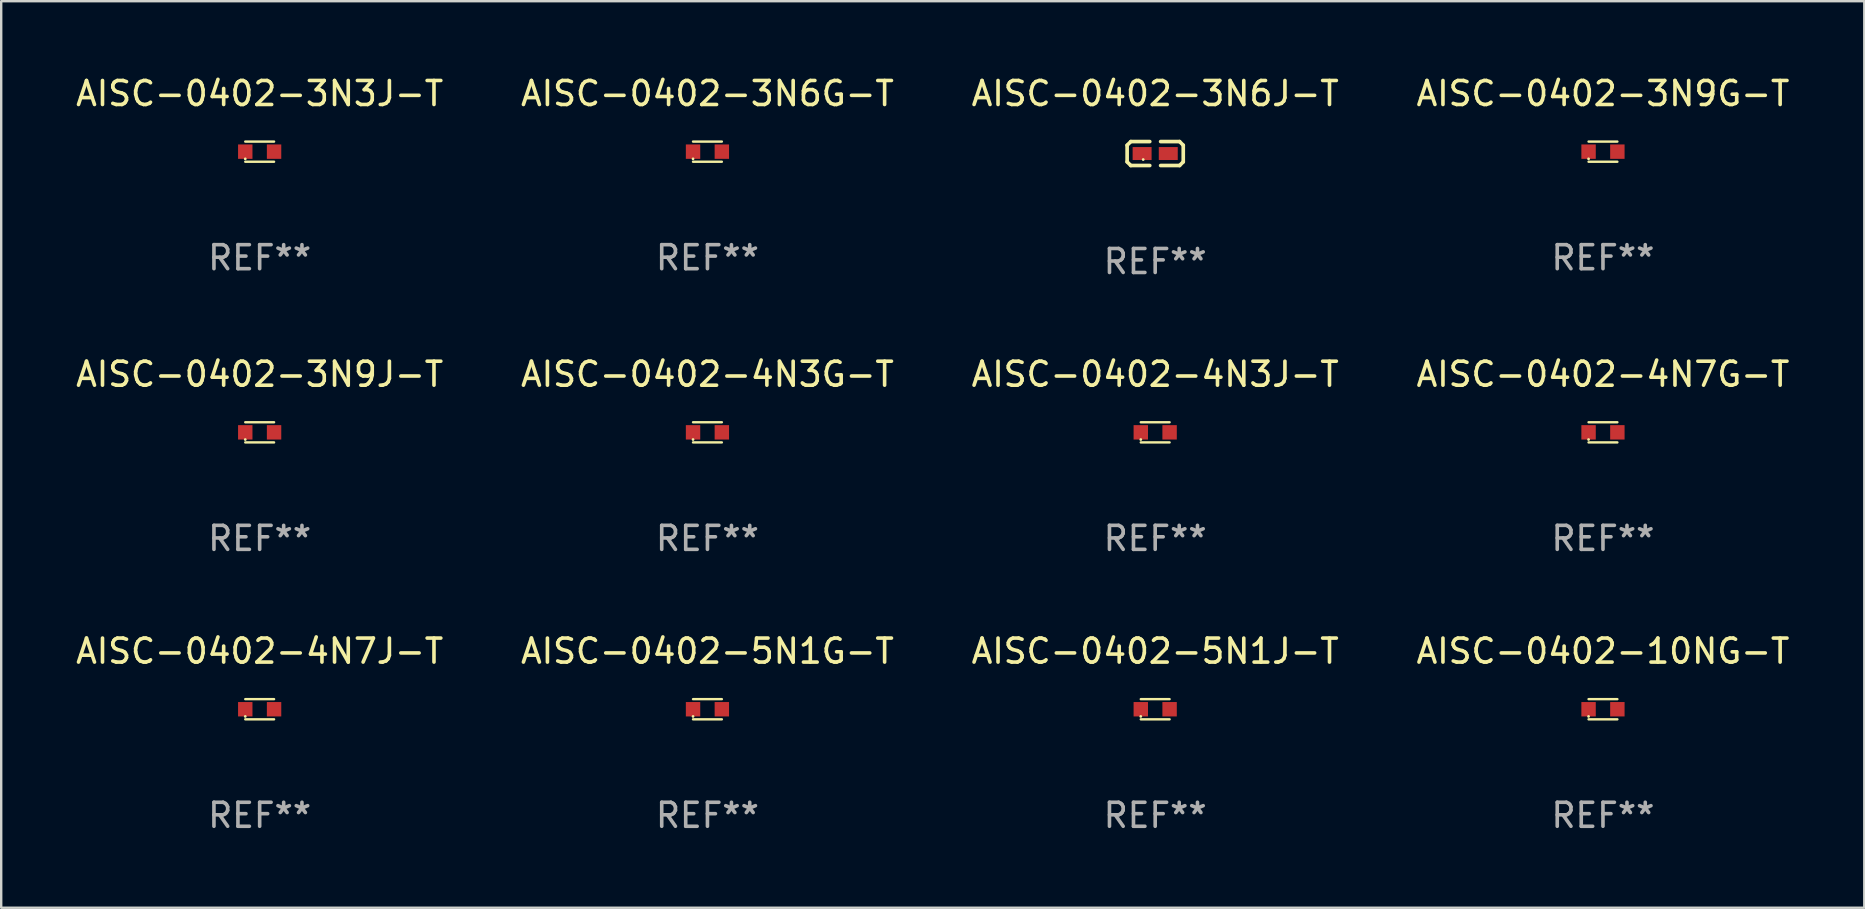
<source format=kicad_pcb>
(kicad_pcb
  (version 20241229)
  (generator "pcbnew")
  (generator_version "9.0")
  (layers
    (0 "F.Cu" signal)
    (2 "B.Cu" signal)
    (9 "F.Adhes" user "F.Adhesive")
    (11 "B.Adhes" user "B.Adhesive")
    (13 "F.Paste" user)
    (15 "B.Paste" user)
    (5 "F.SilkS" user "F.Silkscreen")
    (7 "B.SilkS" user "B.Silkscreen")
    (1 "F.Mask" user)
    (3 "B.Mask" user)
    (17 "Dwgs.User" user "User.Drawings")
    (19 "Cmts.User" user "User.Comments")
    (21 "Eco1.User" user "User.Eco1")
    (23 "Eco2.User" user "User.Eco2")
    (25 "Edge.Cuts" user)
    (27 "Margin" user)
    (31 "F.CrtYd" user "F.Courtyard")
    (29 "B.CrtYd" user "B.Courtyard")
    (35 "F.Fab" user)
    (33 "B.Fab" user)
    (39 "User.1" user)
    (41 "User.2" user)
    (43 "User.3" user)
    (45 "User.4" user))
  (footprint "AISC-0402-4N7J-T"
    (layer "F.Cu")
    (at 7.768 26.498)
    (property "Reference" "AISC-0402-4N7J-T" (at 0 -2.42 0) (layer "F.SilkS") (effects (font (size 1 1) (thickness 0.15))))
    (attr through_hole)
    (fp_line (start -0.6 -0.42) (end 0.6 -0.42) (stroke (width 0.1) (type solid)) (layer "F.SilkS"))
    (fp_line (start -0.6 0.42) (end 0.6 0.42) (stroke (width 0.1) (type solid)) (layer "F.SilkS"))
    (fp_circle (center -0.6 0.3) (end -0.57 0.3) (stroke (width 0.06) (type solid)) (fill no) (layer "F.SilkS"))
    (fp_text user "REF**" (at 0 4.42 0) (layer "F.Fab") (effects (font (size 1 1) (thickness 0.15))))
    (pad "1" smd rect (at -0.6 0) (size 0.6 0.6) (layers "F.Cu" "F.Mask" "F.Paste"))
    (pad "2" smd rect (at 0.6 0) (size 0.6 0.6) (layers "F.Cu" "F.Mask" "F.Paste")))
  (footprint "AISC-0402-3N9J-T"
    (layer "F.Cu")
    (at 7.768 14.962)
    (property "Reference" "AISC-0402-3N9J-T" (at 0 -2.42 0) (layer "F.SilkS") (effects (font (size 1 1) (thickness 0.15))))
    (attr through_hole)
    (fp_line (start -0.6 -0.42) (end 0.6 -0.42) (stroke (width 0.1) (type solid)) (layer "F.SilkS"))
    (fp_line (start -0.6 0.42) (end 0.6 0.42) (stroke (width 0.1) (type solid)) (layer "F.SilkS"))
    (fp_circle (center -0.6 0.3) (end -0.57 0.3) (stroke (width 0.06) (type solid)) (fill no) (layer "F.SilkS"))
    (fp_text user "REF**" (at 0 4.42 0) (layer "F.Fab") (effects (font (size 1 1) (thickness 0.15))))
    (pad "1" smd rect (at -0.6 0) (size 0.6 0.6) (layers "F.Cu" "F.Mask" "F.Paste"))
    (pad "2" smd rect (at 0.6 0) (size 0.6 0.6) (layers "F.Cu" "F.Mask" "F.Paste")))
  (footprint "AISC-0402-3N6J-T"
    (layer "F.Cu")
    (at 45.077 3.347)
    (property "Reference" "AISC-0402-3N6J-T" (at 0 -2.499 0) (layer "F.SilkS") (effects (font (size 1 1) (thickness 0.15))))
    (attr through_hole)
    (fp_line (start -1.169 -0.346) (end -1.016 -0.499) (stroke (width 0.152) (type solid)) (layer "F.SilkS"))
    (fp_line (start -1.169 0.346) (end -1.169 -0.346) (stroke (width 0.152) (type solid)) (layer "F.SilkS"))
    (fp_line (start -1.016 -0.499) (end -0.226 -0.499) (stroke (width 0.152) (type solid)) (layer "F.SilkS"))
    (fp_line (start -1.016 0.499) (end -1.169 0.346) (stroke (width 0.152) (type solid)) (layer "F.SilkS"))
    (fp_line (start -0.226 0.499) (end -1.016 0.499) (stroke (width 0.152) (type solid)) (layer "F.SilkS"))
    (fp_line (start 0.226 0.499) (end 1.016 0.499) (stroke (width 0.152) (type solid)) (layer "F.SilkS"))
    (fp_line (start 1.016 -0.499) (end 0.226 -0.499) (stroke (width 0.152) (type solid)) (layer "F.SilkS"))
    (fp_line (start 1.016 0.499) (end 1.169 0.346) (stroke (width 0.152) (type solid)) (layer "F.SilkS"))
    (fp_line (start 1.169 -0.346) (end 1.016 -0.499) (stroke (width 0.152) (type solid)) (layer "F.SilkS"))
    (fp_line (start 1.169 0.346) (end 1.169 -0.346) (stroke (width 0.152) (type solid)) (layer "F.SilkS"))
    (fp_circle (center -0.5 0.25) (end -0.47 0.25) (stroke (width 0.06) (type solid)) (fill no) (layer "F.SilkS"))
    (fp_text user "REF**" (at 0 4.499 0) (layer "F.Fab") (effects (font (size 1 1) (thickness 0.15))))
    (pad "1" smd rect (at -0.545 0) (size 0.79 0.54) (layers "F.Cu" "F.Mask" "F.Paste"))
    (pad "2" smd rect (at 0.545 0) (size 0.79 0.54) (layers "F.Cu" "F.Mask" "F.Paste")))
  (footprint "AISC-0402-3N9G-T"
    (layer "F.Cu")
    (at 63.732 3.268)
    (property "Reference" "AISC-0402-3N9G-T" (at 0 -2.42 0) (layer "F.SilkS") (effects (font (size 1 1) (thickness 0.15))))
    (attr through_hole)
    (fp_line (start -0.6 -0.42) (end 0.6 -0.42) (stroke (width 0.1) (type solid)) (layer "F.SilkS"))
    (fp_line (start -0.6 0.42) (end 0.6 0.42) (stroke (width 0.1) (type solid)) (layer "F.SilkS"))
    (fp_circle (center -0.6 0.3) (end -0.57 0.3) (stroke (width 0.06) (type solid)) (fill no) (layer "F.SilkS"))
    (fp_text user "REF**" (at 0 4.42 0) (layer "F.Fab") (effects (font (size 1 1) (thickness 0.15))))
    (pad "1" smd rect (at -0.6 0) (size 0.6 0.6) (layers "F.Cu" "F.Mask" "F.Paste"))
    (pad "2" smd rect (at 0.6 0) (size 0.6 0.6) (layers "F.Cu" "F.Mask" "F.Paste")))
  (footprint "AISC-0402-3N6G-T"
    (layer "F.Cu")
    (at 26.423 3.268)
    (property "Reference" "AISC-0402-3N6G-T" (at 0 -2.42 0) (layer "F.SilkS") (effects (font (size 1 1) (thickness 0.15))))
    (attr through_hole)
    (fp_line (start -0.6 -0.42) (end 0.6 -0.42) (stroke (width 0.1) (type solid)) (layer "F.SilkS"))
    (fp_line (start -0.6 0.42) (end 0.6 0.42) (stroke (width 0.1) (type solid)) (layer "F.SilkS"))
    (fp_circle (center -0.6 0.3) (end -0.57 0.3) (stroke (width 0.06) (type solid)) (fill no) (layer "F.SilkS"))
    (fp_text user "REF**" (at 0 4.42 0) (layer "F.Fab") (effects (font (size 1 1) (thickness 0.15))))
    (pad "1" smd rect (at -0.6 0) (size 0.6 0.6) (layers "F.Cu" "F.Mask" "F.Paste"))
    (pad "2" smd rect (at 0.6 0) (size 0.6 0.6) (layers "F.Cu" "F.Mask" "F.Paste")))
  (footprint "AISC-0402-4N7G-T"
    (layer "F.Cu")
    (at 63.732 14.962)
    (property "Reference" "AISC-0402-4N7G-T" (at 0 -2.42 0) (layer "F.SilkS") (effects (font (size 1 1) (thickness 0.15))))
    (attr through_hole)
    (fp_line (start -0.6 -0.42) (end 0.6 -0.42) (stroke (width 0.1) (type solid)) (layer "F.SilkS"))
    (fp_line (start -0.6 0.42) (end 0.6 0.42) (stroke (width 0.1) (type solid)) (layer "F.SilkS"))
    (fp_circle (center -0.6 0.3) (end -0.57 0.3) (stroke (width 0.06) (type solid)) (fill no) (layer "F.SilkS"))
    (fp_text user "REF**" (at 0 4.42 0) (layer "F.Fab") (effects (font (size 1 1) (thickness 0.15))))
    (pad "1" smd rect (at -0.6 0) (size 0.6 0.6) (layers "F.Cu" "F.Mask" "F.Paste"))
    (pad "2" smd rect (at 0.6 0) (size 0.6 0.6) (layers "F.Cu" "F.Mask" "F.Paste")))
  (footprint "AISC-0402-10NG-T"
    (layer "F.Cu")
    (at 63.732 26.498)
    (property "Reference" "AISC-0402-10NG-T" (at 0 -2.42 0) (layer "F.SilkS") (effects (font (size 1 1) (thickness 0.15))))
    (attr through_hole)
    (fp_line (start -0.6 -0.42) (end 0.6 -0.42) (stroke (width 0.1) (type solid)) (layer "F.SilkS"))
    (fp_line (start -0.6 0.42) (end 0.6 0.42) (stroke (width 0.1) (type solid)) (layer "F.SilkS"))
    (fp_circle (center -0.6 0.3) (end -0.57 0.3) (stroke (width 0.06) (type solid)) (fill no) (layer "F.SilkS"))
    (fp_text user "REF**" (at 0 4.42 0) (layer "F.Fab") (effects (font (size 1 1) (thickness 0.15))))
    (pad "1" smd rect (at -0.6 0) (size 0.6 0.6) (layers "F.Cu" "F.Mask" "F.Paste"))
    (pad "2" smd rect (at 0.6 0) (size 0.6 0.6) (layers "F.Cu" "F.Mask" "F.Paste")))
  (footprint "AISC-0402-3N3J-T"
    (layer "F.Cu")
    (at 7.768 3.268)
    (property "Reference" "AISC-0402-3N3J-T" (at 0 -2.42 0) (layer "F.SilkS") (effects (font (size 1 1) (thickness 0.15))))
    (attr through_hole)
    (fp_line (start -0.6 -0.42) (end 0.6 -0.42) (stroke (width 0.1) (type solid)) (layer "F.SilkS"))
    (fp_line (start -0.6 0.42) (end 0.6 0.42) (stroke (width 0.1) (type solid)) (layer "F.SilkS"))
    (fp_circle (center -0.6 0.3) (end -0.57 0.3) (stroke (width 0.06) (type solid)) (fill no) (layer "F.SilkS"))
    (fp_text user "REF**" (at 0 4.42 0) (layer "F.Fab") (effects (font (size 1 1) (thickness 0.15))))
    (pad "1" smd rect (at -0.6 0) (size 0.6 0.6) (layers "F.Cu" "F.Mask" "F.Paste"))
    (pad "2" smd rect (at 0.6 0) (size 0.6 0.6) (layers "F.Cu" "F.Mask" "F.Paste")))
  (footprint "AISC-0402-4N3G-T"
    (layer "F.Cu")
    (at 26.423 14.962)
    (property "Reference" "AISC-0402-4N3G-T" (at 0 -2.42 0) (layer "F.SilkS") (effects (font (size 1 1) (thickness 0.15))))
    (attr through_hole)
    (fp_line (start -0.6 -0.42) (end 0.6 -0.42) (stroke (width 0.1) (type solid)) (layer "F.SilkS"))
    (fp_line (start -0.6 0.42) (end 0.6 0.42) (stroke (width 0.1) (type solid)) (layer "F.SilkS"))
    (fp_circle (center -0.6 0.3) (end -0.57 0.3) (stroke (width 0.06) (type solid)) (fill no) (layer "F.SilkS"))
    (fp_text user "REF**" (at 0 4.42 0) (layer "F.Fab") (effects (font (size 1 1) (thickness 0.15))))
    (pad "1" smd rect (at -0.6 0) (size 0.6 0.6) (layers "F.Cu" "F.Mask" "F.Paste"))
    (pad "2" smd rect (at 0.6 0) (size 0.6 0.6) (layers "F.Cu" "F.Mask" "F.Paste")))
  (footprint "AISC-0402-4N3J-T"
    (layer "F.Cu")
    (at 45.077 14.962)
    (property "Reference" "AISC-0402-4N3J-T" (at 0 -2.42 0) (layer "F.SilkS") (effects (font (size 1 1) (thickness 0.15))))
    (attr through_hole)
    (fp_line (start -0.6 -0.42) (end 0.6 -0.42) (stroke (width 0.1) (type solid)) (layer "F.SilkS"))
    (fp_line (start -0.6 0.42) (end 0.6 0.42) (stroke (width 0.1) (type solid)) (layer "F.SilkS"))
    (fp_circle (center -0.6 0.3) (end -0.57 0.3) (stroke (width 0.06) (type solid)) (fill no) (layer "F.SilkS"))
    (fp_text user "REF**" (at 0 4.42 0) (layer "F.Fab") (effects (font (size 1 1) (thickness 0.15))))
    (pad "1" smd rect (at -0.6 0) (size 0.6 0.6) (layers "F.Cu" "F.Mask" "F.Paste"))
    (pad "2" smd rect (at 0.6 0) (size 0.6 0.6) (layers "F.Cu" "F.Mask" "F.Paste")))
  (footprint "AISC-0402-5N1G-T"
    (layer "F.Cu")
    (at 26.423 26.498)
    (property "Reference" "AISC-0402-5N1G-T" (at 0 -2.42 0) (layer "F.SilkS") (effects (font (size 1 1) (thickness 0.15))))
    (attr through_hole)
    (fp_line (start -0.6 -0.42) (end 0.6 -0.42) (stroke (width 0.1) (type solid)) (layer "F.SilkS"))
    (fp_line (start -0.6 0.42) (end 0.6 0.42) (stroke (width 0.1) (type solid)) (layer "F.SilkS"))
    (fp_circle (center -0.6 0.3) (end -0.57 0.3) (stroke (width 0.06) (type solid)) (fill no) (layer "F.SilkS"))
    (fp_text user "REF**" (at 0 4.42 0) (layer "F.Fab") (effects (font (size 1 1) (thickness 0.15))))
    (pad "1" smd rect (at -0.6 0) (size 0.6 0.6) (layers "F.Cu" "F.Mask" "F.Paste"))
    (pad "2" smd rect (at 0.6 0) (size 0.6 0.6) (layers "F.Cu" "F.Mask" "F.Paste")))
  (footprint "AISC-0402-5N1J-T"
    (layer "F.Cu")
    (at 45.077 26.498)
    (property "Reference" "AISC-0402-5N1J-T" (at 0 -2.42 0) (layer "F.SilkS") (effects (font (size 1 1) (thickness 0.15))))
    (attr through_hole)
    (fp_line (start -0.6 -0.42) (end 0.6 -0.42) (stroke (width 0.1) (type solid)) (layer "F.SilkS"))
    (fp_line (start -0.6 0.42) (end 0.6 0.42) (stroke (width 0.1) (type solid)) (layer "F.SilkS"))
    (fp_circle (center -0.6 0.3) (end -0.57 0.3) (stroke (width 0.06) (type solid)) (fill no) (layer "F.SilkS"))
    (fp_text user "REF**" (at 0 4.42 0) (layer "F.Fab") (effects (font (size 1 1) (thickness 0.15))))
    (pad "1" smd rect (at -0.6 0) (size 0.6 0.6) (layers "F.Cu" "F.Mask" "F.Paste"))
    (pad "2" smd rect (at 0.6 0) (size 0.6 0.6) (layers "F.Cu" "F.Mask" "F.Paste")))
  (gr_rect
    (start -3 -3)
    (end 74.619 34.767)
    (stroke (width 0.1) (type default))
    (fill no)
    (layer "Edge.Cuts")))
</source>
